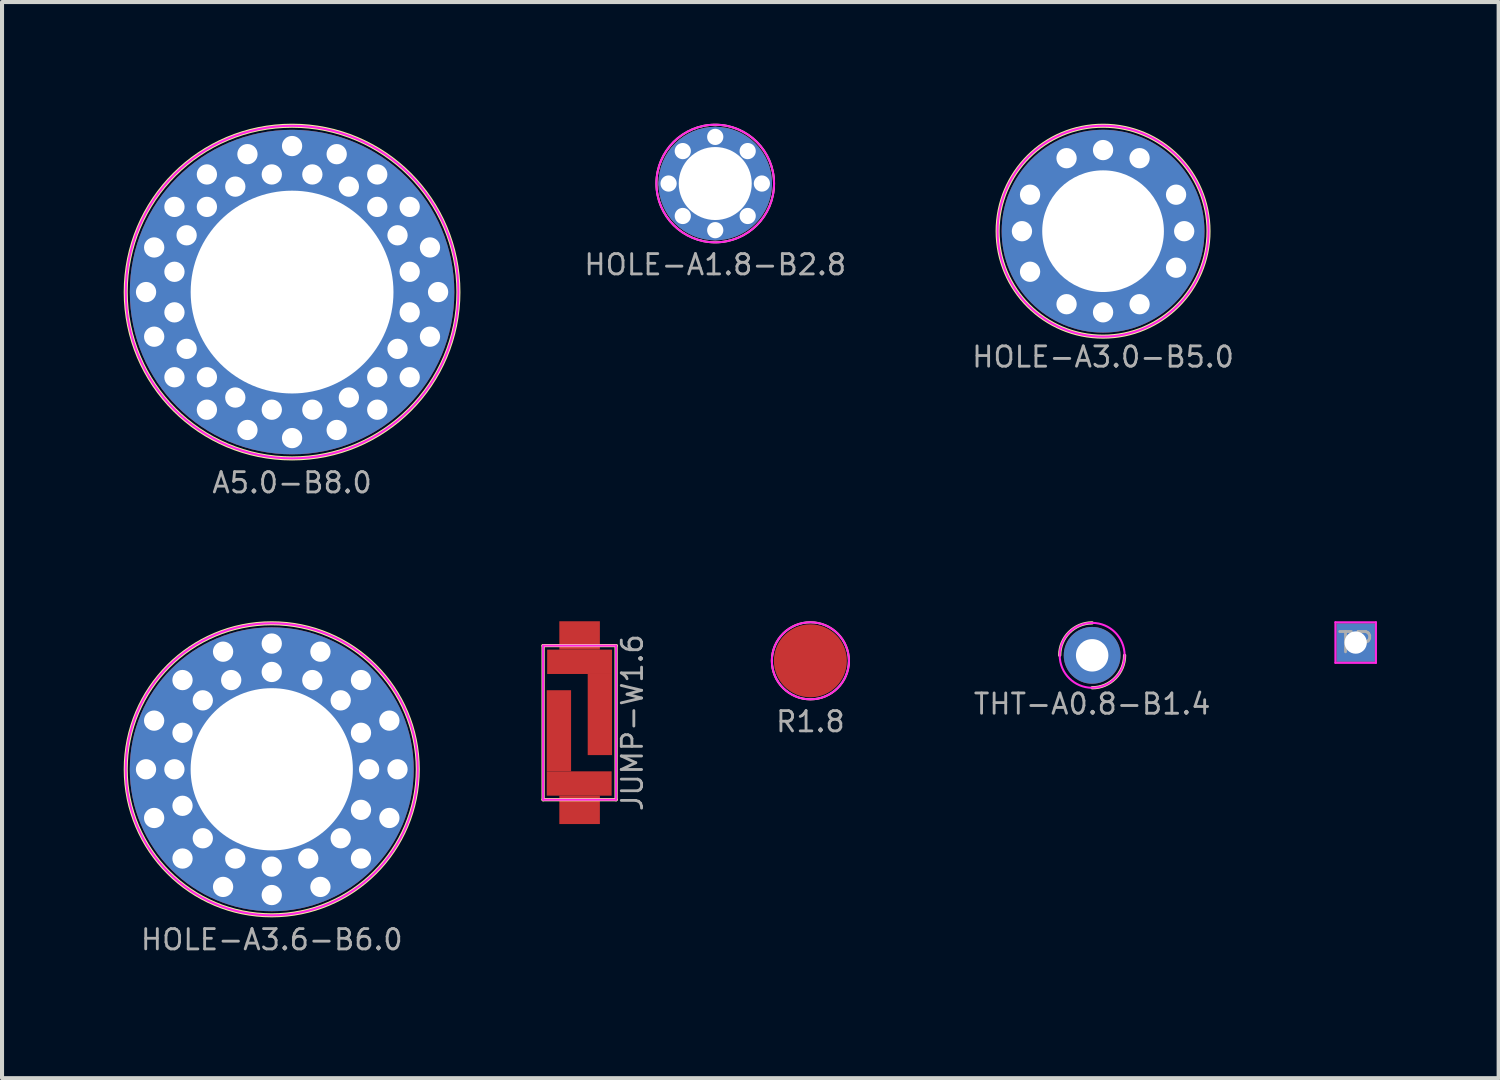
<source format=kicad_pcb>
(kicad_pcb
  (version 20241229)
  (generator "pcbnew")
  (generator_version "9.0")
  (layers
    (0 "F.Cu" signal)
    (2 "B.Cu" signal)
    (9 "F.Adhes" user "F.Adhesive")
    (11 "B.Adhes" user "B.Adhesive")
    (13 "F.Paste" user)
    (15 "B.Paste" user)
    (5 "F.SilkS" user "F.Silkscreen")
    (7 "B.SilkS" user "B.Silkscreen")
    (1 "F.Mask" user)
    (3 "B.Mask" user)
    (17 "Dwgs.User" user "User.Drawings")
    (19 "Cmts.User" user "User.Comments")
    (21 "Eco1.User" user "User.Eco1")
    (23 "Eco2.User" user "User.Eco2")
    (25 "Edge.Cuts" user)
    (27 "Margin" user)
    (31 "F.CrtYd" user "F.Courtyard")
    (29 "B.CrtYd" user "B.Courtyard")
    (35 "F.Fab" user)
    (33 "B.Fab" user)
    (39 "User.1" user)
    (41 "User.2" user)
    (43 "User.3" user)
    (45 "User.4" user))
  (footprint "TP"
    (layer "F.Cu")
    (at 30.374 12.792)
    (property "Reference" "TP" (at 0 0 180) (layer "F.Fab") (effects (font (size 0.5 0.5) (thickness 0.07))))
    (attr through_hole)
    (fp_line (start -0.5 0.5) (end -0.5 -0.5) (stroke (width 0.05) (type solid)) (layer "F.CrtYd"))
    (fp_line (start 0.5 -0.5) (end -0.5 -0.5) (stroke (width 0.05) (type solid)) (layer "F.CrtYd"))
    (fp_line (start 0.5 -0.5) (end 0.5 0.5) (stroke (width 0.05) (type solid)) (layer "F.CrtYd"))
    (fp_line (start 0.5 0.5) (end -0.5 0.5) (stroke (width 0.05) (type solid)) (layer "F.CrtYd"))
    (pad "1" thru_hole trapezoid (at 0 0 270) (size 0.95 0.95) (drill 0.55) (layers "*.Cu" "F.Mask")))
  (footprint "HOLE-A3.6-B6.0"
    (layer "F.Cu")
    (at 3.65 15.917)
    (property "Reference" "HOLE-A3.6-B6.0" (at 0 4.2 0) (layer "F.Fab") (effects (font (size 0.5 0.5) (thickness 0.07))))
    (attr through_hole)
    (fp_circle (center 0 0) (end 3.6 0) (stroke (width 0.1) (type solid)) (fill no) (layer "F.SilkS"))
    (fp_circle (center 0 0) (end 3.6 0) (stroke (width 0.05) (type solid)) (fill no) (layer "F.CrtYd"))
    (pad "1" thru_hole circle (at -3.1 0) (size 0.6 0.6) (drill 0.5) (layers "*.Cu" "*.Mask"))
    (pad "1" thru_hole circle (at -2.9 -1.2) (size 0.6 0.6) (drill 0.5) (layers "*.Cu" "*.Mask"))
    (pad "1" thru_hole circle (at -2.9 1.2) (size 0.6 0.6) (drill 0.5) (layers "*.Cu" "*.Mask"))
    (pad "1" thru_hole circle (at -2.4 0) (size 0.6 0.6) (drill 0.5) (layers "*.Cu" "*.Mask"))
    (pad "1" thru_hole circle (at -2.2 -2.2) (size 0.6 0.6) (drill 0.5) (layers "*.Cu" "*.Mask"))
    (pad "1" thru_hole circle (at -2.2 -0.9) (size 0.6 0.6) (drill 0.5) (layers "*.Cu" "*.Mask"))
    (pad "1" thru_hole circle (at -2.2 0.9) (size 0.6 0.6) (drill 0.5) (layers "*.Cu" "*.Mask"))
    (pad "1" thru_hole circle (at -2.2 2.2) (size 0.6 0.6) (drill 0.5) (layers "*.Cu" "*.Mask"))
    (pad "1" thru_hole circle (at -1.7 -1.7) (size 0.6 0.6) (drill 0.5) (layers "*.Cu" "*.Mask"))
    (pad "1" thru_hole circle (at -1.7 1.7) (size 0.6 0.6) (drill 0.5) (layers "*.Cu" "*.Mask"))
    (pad "1" thru_hole circle (at -1.2 -2.9) (size 0.6 0.6) (drill 0.5) (layers "*.Cu" "*.Mask"))
    (pad "1" thru_hole circle (at -1.2 2.9) (size 0.6 0.6) (drill 0.5) (layers "*.Cu" "*.Mask"))
    (pad "1" thru_hole circle (at -1 -2.2) (size 0.6 0.6) (drill 0.5) (layers "*.Cu" "*.Mask"))
    (pad "1" thru_hole circle (at -0.9 2.2) (size 0.6 0.6) (drill 0.5) (layers "*.Cu" "*.Mask"))
    (pad "1" thru_hole circle (at 0 -3.1) (size 0.6 0.6) (drill 0.5) (layers "*.Cu" "*.Mask"))
    (pad "1" thru_hole circle (at 0 -2.4) (size 0.6 0.6) (drill 0.5) (layers "*.Cu" "*.Mask"))
    (pad "1" thru_hole circle (at 0 0) (size 7 7) (drill 4) (layers "*.Cu" "*.Mask"))
    (pad "1" thru_hole circle (at 0 2.4) (size 0.6 0.6) (drill 0.5) (layers "*.Cu" "*.Mask"))
    (pad "1" thru_hole circle (at 0 3.1) (size 0.6 0.6) (drill 0.5) (layers "*.Cu" "*.Mask"))
    (pad "1" thru_hole circle (at 0.9 2.2) (size 0.6 0.6) (drill 0.5) (layers "*.Cu" "*.Mask"))
    (pad "1" thru_hole circle (at 1 -2.2) (size 0.6 0.6) (drill 0.5) (layers "*.Cu" "*.Mask"))
    (pad "1" thru_hole circle (at 1.2 -2.9) (size 0.6 0.6) (drill 0.5) (layers "*.Cu" "*.Mask"))
    (pad "1" thru_hole circle (at 1.2 2.9) (size 0.6 0.6) (drill 0.5) (layers "*.Cu" "*.Mask"))
    (pad "1" thru_hole circle (at 1.7 -1.7) (size 0.6 0.6) (drill 0.5) (layers "*.Cu" "*.Mask"))
    (pad "1" thru_hole circle (at 1.7 1.7) (size 0.6 0.6) (drill 0.5) (layers "*.Cu" "*.Mask"))
    (pad "1" thru_hole circle (at 2.2 -2.2) (size 0.6 0.6) (drill 0.5) (layers "*.Cu" "*.Mask"))
    (pad "1" thru_hole circle (at 2.2 -0.9) (size 0.6 0.6) (drill 0.5) (layers "*.Cu" "*.Mask"))
    (pad "1" thru_hole circle (at 2.2 1) (size 0.6 0.6) (drill 0.5) (layers "*.Cu" "*.Mask"))
    (pad "1" thru_hole circle (at 2.2 2.2) (size 0.6 0.6) (drill 0.5) (layers "*.Cu" "*.Mask"))
    (pad "1" thru_hole circle (at 2.4 0) (size 0.6 0.6) (drill 0.5) (layers "*.Cu" "*.Mask"))
    (pad "1" thru_hole circle (at 2.9 -1.2) (size 0.6 0.6) (drill 0.5) (layers "*.Cu" "*.Mask"))
    (pad "1" thru_hole circle (at 2.9 1.2) (size 0.6 0.6) (drill 0.5) (layers "*.Cu" "*.Mask"))
    (pad "1" thru_hole circle (at 3.1 0) (size 0.6 0.6) (drill 0.5) (layers "*.Cu" "*.Mask")))
  (footprint "JUMP-W1.6"
    (layer "F.Cu")
    (at 11.24 14.767)
    (property "Reference" "JUMP-W1.6" (at 1.3 0 90) (layer "F.Fab") (effects (font (size 0.5 0.5) (thickness 0.07))))
    (attr through_hole)
    (fp_line (start -0.9 -1.9) (end 0.9 -1.9) (stroke (width 0.08) (type solid)) (layer "F.SilkS"))
    (fp_line (start -0.9 1.9) (end -0.9 -1.9) (stroke (width 0.08) (type solid)) (layer "F.SilkS"))
    (fp_line (start 0.9 -1.9) (end 0.9 1.9) (stroke (width 0.08) (type solid)) (layer "F.SilkS"))
    (fp_line (start 0.9 1.9) (end -0.9 1.9) (stroke (width 0.08) (type solid)) (layer "F.SilkS"))
    (fp_line (start -0.9 -1.9) (end 0.9 -1.9) (stroke (width 0.05) (type solid)) (layer "F.CrtYd"))
    (fp_line (start -0.9 1.9) (end -0.9 -1.9) (stroke (width 0.05) (type solid)) (layer "F.CrtYd"))
    (fp_line (start 0.9 -1.9) (end 0.9 1.9) (stroke (width 0.05) (type solid)) (layer "F.CrtYd"))
    (fp_line (start 0.9 1.9) (end -0.9 1.9) (stroke (width 0.05) (type solid)) (layer "F.CrtYd"))
    (pad "1" smd rect (at -0.51 0.2) (size 0.6 2) (layers "F.Cu" "F.Mask" "F.Paste"))
    (pad "1" smd rect (at -0.01 1.5) (size 1.6 0.6) (layers "F.Cu" "F.Mask" "F.Paste"))
    (pad "1" smd rect (at 0 2.15) (size 1 0.7) (layers "F.Cu"))
    (pad "2" smd rect (at 0 -2.15) (size 1 0.7) (layers "F.Cu"))
    (pad "2" smd rect (at 0 -1.5) (size 1.6 0.6) (layers "F.Cu" "F.Mask" "F.Paste"))
    (pad "2" smd rect (at 0.5 -0.2) (size 0.6 2) (layers "F.Cu" "F.Mask" "F.Paste")))
  (footprint "A5.0-B8.0"
    (layer "F.Cu")
    (at 4.151 4.151)
    (property "Reference" "A5.0-B8.0" (at 0 4.7 0) (layer "F.Fab") (effects (font (size 0.5 0.5) (thickness 0.07))))
    (attr through_hole)
    (fp_circle (center 0 0) (end 4.1 -0.1) (stroke (width 0.1) (type solid)) (fill no) (layer "F.SilkS"))
    (fp_circle (center 0 0) (end 4.1 0) (stroke (width 0.05) (type solid)) (fill no) (layer "F.CrtYd"))
    (pad "1" thru_hole circle (at -3.6 0) (size 0.6 0.6) (drill 0.5) (layers "*.Cu" "*.Mask"))
    (pad "1" thru_hole circle (at -3.4 -1.1) (size 0.6 0.6) (drill 0.5) (layers "*.Cu" "*.Mask"))
    (pad "1" thru_hole circle (at -3.4 1.1) (size 0.6 0.6) (drill 0.5) (layers "*.Cu" "*.Mask"))
    (pad "1" thru_hole circle (at -2.9 -2.1) (size 0.6 0.6) (drill 0.5) (layers "*.Cu" "*.Mask"))
    (pad "1" thru_hole circle (at -2.9 -0.5) (size 0.6 0.6) (drill 0.5) (layers "*.Cu" "*.Mask"))
    (pad "1" thru_hole circle (at -2.9 0.5) (size 0.6 0.6) (drill 0.5) (layers "*.Cu" "*.Mask"))
    (pad "1" thru_hole circle (at -2.9 2.1) (size 0.6 0.6) (drill 0.5) (layers "*.Cu" "*.Mask"))
    (pad "1" thru_hole circle (at -2.6 -1.4) (size 0.6 0.6) (drill 0.5) (layers "*.Cu" "*.Mask"))
    (pad "1" thru_hole circle (at -2.6 1.4) (size 0.6 0.6) (drill 0.5) (layers "*.Cu" "*.Mask"))
    (pad "1" thru_hole circle (at -2.1 -2.9 270) (size 0.6 0.6) (drill 0.5) (layers "*.Cu" "*.Mask"))
    (pad "1" thru_hole circle (at -2.1 -2.1) (size 0.6 0.6) (drill 0.5) (layers "*.Cu" "*.Mask"))
    (pad "1" thru_hole circle (at -2.1 2.1 90) (size 0.6 0.6) (drill 0.5) (layers "*.Cu" "*.Mask"))
    (pad "1" thru_hole circle (at -2.1 2.9 90) (size 0.6 0.6) (drill 0.5) (layers "*.Cu" "*.Mask"))
    (pad "1" thru_hole circle (at -1.4 -2.6 270) (size 0.6 0.6) (drill 0.5) (layers "*.Cu" "*.Mask"))
    (pad "1" thru_hole circle (at -1.4 2.6 90) (size 0.6 0.6) (drill 0.5) (layers "*.Cu" "*.Mask"))
    (pad "1" thru_hole circle (at -1.1 -3.4 270) (size 0.6 0.6) (drill 0.5) (layers "*.Cu" "*.Mask"))
    (pad "1" thru_hole circle (at -1.1 3.4 90) (size 0.6 0.6) (drill 0.5) (layers "*.Cu" "*.Mask"))
    (pad "1" thru_hole circle (at -0.5 -2.9 270) (size 0.6 0.6) (drill 0.5) (layers "*.Cu" "*.Mask"))
    (pad "1" thru_hole circle (at -0.5 2.9 90) (size 0.6 0.6) (drill 0.5) (layers "*.Cu" "*.Mask"))
    (pad "1" thru_hole circle (at 0 -3.6 270) (size 0.6 0.6) (drill 0.5) (layers "*.Cu" "*.Mask"))
    (pad "1" thru_hole circle (at 0 0) (size 8 8) (drill 5) (layers "*.Cu" "*.Mask"))
    (pad "1" thru_hole circle (at 0 3.6 90) (size 0.6 0.6) (drill 0.5) (layers "*.Cu" "*.Mask"))
    (pad "1" thru_hole circle (at 0.5 -2.9 270) (size 0.6 0.6) (drill 0.5) (layers "*.Cu" "*.Mask"))
    (pad "1" thru_hole circle (at 0.5 2.9 90) (size 0.6 0.6) (drill 0.5) (layers "*.Cu" "*.Mask"))
    (pad "1" thru_hole circle (at 1.1 -3.4 270) (size 0.6 0.6) (drill 0.5) (layers "*.Cu" "*.Mask"))
    (pad "1" thru_hole circle (at 1.1 3.4 90) (size 0.6 0.6) (drill 0.5) (layers "*.Cu" "*.Mask"))
    (pad "1" thru_hole circle (at 1.4 -2.6 270) (size 0.6 0.6) (drill 0.5) (layers "*.Cu" "*.Mask"))
    (pad "1" thru_hole circle (at 1.4 2.6 90) (size 0.6 0.6) (drill 0.5) (layers "*.Cu" "*.Mask"))
    (pad "1" thru_hole circle (at 2.1 -2.9 270) (size 0.6 0.6) (drill 0.5) (layers "*.Cu" "*.Mask"))
    (pad "1" thru_hole circle (at 2.1 -2.1 270) (size 0.6 0.6) (drill 0.5) (layers "*.Cu" "*.Mask"))
    (pad "1" thru_hole circle (at 2.1 2.1 180) (size 0.6 0.6) (drill 0.5) (layers "*.Cu" "*.Mask"))
    (pad "1" thru_hole circle (at 2.1 2.9 90) (size 0.6 0.6) (drill 0.5) (layers "*.Cu" "*.Mask"))
    (pad "1" thru_hole circle (at 2.6 -1.4 180) (size 0.6 0.6) (drill 0.5) (layers "*.Cu" "*.Mask"))
    (pad "1" thru_hole circle (at 2.6 1.4 180) (size 0.6 0.6) (drill 0.5) (layers "*.Cu" "*.Mask"))
    (pad "1" thru_hole circle (at 2.9 -2.1 180) (size 0.6 0.6) (drill 0.5) (layers "*.Cu" "*.Mask"))
    (pad "1" thru_hole circle (at 2.9 -0.5 180) (size 0.6 0.6) (drill 0.5) (layers "*.Cu" "*.Mask"))
    (pad "1" thru_hole circle (at 2.9 0.5 180) (size 0.6 0.6) (drill 0.5) (layers "*.Cu" "*.Mask"))
    (pad "1" thru_hole circle (at 2.9 2.1 180) (size 0.6 0.6) (drill 0.5) (layers "*.Cu" "*.Mask"))
    (pad "1" thru_hole circle (at 3.4 -1.1 180) (size 0.6 0.6) (drill 0.5) (layers "*.Cu" "*.Mask"))
    (pad "1" thru_hole circle (at 3.4 1.1 180) (size 0.6 0.6) (drill 0.5) (layers "*.Cu" "*.Mask"))
    (pad "1" thru_hole circle (at 3.6 0 180) (size 0.6 0.6) (drill 0.5) (layers "*.Cu" "*.Mask")))
  (footprint "R1.8"
    (layer "F.Cu")
    (at 16.93 13.242)
    (property "Reference" "R1.8" (at 0 1.5 0) (layer "F.Fab") (effects (font (size 0.5 0.5) (thickness 0.07))))
    (attr through_hole)
    (fp_circle (center 0 0) (end 0.95 0) (stroke (width 0.05) (type solid)) (fill no) (layer "F.SilkS"))
    (fp_circle (center 0 0) (end 0.95 0) (stroke (width 0.05) (type solid)) (fill no) (layer "F.CrtYd"))
    (pad "1" smd circle (at 0 0) (size 1.8 1.8) (layers "F.Cu" "F.Mask" "F.Paste")))
  (footprint "THT-A0.8-B1.4"
    (layer "F.Cu")
    (at 23.877 13.107)
    (property "Reference" "THT-A0.8-B1.4" (at 0 1.2 0) (layer "F.Fab") (effects (font (size 0.5 0.5) (thickness 0.07))))
    (attr through_hole)
    (fp_arc (start -0.8 0) (mid -0.565685 -0.565685) (end 0 -0.8) (stroke (width 0.08) (type solid)) (layer "F.SilkS"))
    (fp_arc (start 0.8 0) (mid 0.565685 0.565685) (end 0 0.8) (stroke (width 0.08) (type solid)) (layer "F.SilkS"))
    (fp_circle (center 0 0) (end 0.8 0) (stroke (width 0.05) (type solid)) (fill no) (layer "F.CrtYd"))
    (pad "1" thru_hole circle (at 0 0) (size 1.4 1.4) (drill 0.8) (layers "*.Cu" "*.Mask")))
  (footprint "HOLE-A3.0-B5.0"
    (layer "F.Cu")
    (at 24.146 2.65)
    (property "Reference" "HOLE-A3.0-B5.0" (at 0 3.1 0) (layer "F.Fab") (effects (font (size 0.5 0.5) (thickness 0.07))))
    (attr through_hole)
    (fp_circle (center 0 0) (end 2.6 0) (stroke (width 0.1) (type solid)) (fill no) (layer "F.SilkS"))
    (fp_circle (center 0 0) (end 2.6 0) (stroke (width 0.05) (type solid)) (fill no) (layer "F.CrtYd"))
    (pad "1" thru_hole circle (at -2 0) (size 0.6 0.6) (drill 0.5) (layers "*.Cu" "*.Mask"))
    (pad "1" thru_hole circle (at -1.8 -0.9) (size 0.6 0.6) (drill 0.5) (layers "*.Cu" "*.Mask"))
    (pad "1" thru_hole circle (at -1.8 1) (size 0.6 0.6) (drill 0.5) (layers "*.Cu" "*.Mask"))
    (pad "1" thru_hole circle (at -0.9 -1.8) (size 0.6 0.6) (drill 0.5) (layers "*.Cu" "*.Mask"))
    (pad "1" thru_hole circle (at -0.9 1.8) (size 0.6 0.6) (drill 0.5) (layers "*.Cu" "*.Mask"))
    (pad "1" thru_hole circle (at 0 -2) (size 0.6 0.6) (drill 0.5) (layers "*.Cu" "*.Mask"))
    (pad "1" thru_hole circle (at 0 0) (size 5 5) (drill 3) (layers "*.Cu" "*.Mask"))
    (pad "1" thru_hole circle (at 0 2) (size 0.6 0.6) (drill 0.5) (layers "*.Cu" "*.Mask"))
    (pad "1" thru_hole circle (at 0.9 -1.8) (size 0.6 0.6) (drill 0.5) (layers "*.Cu" "*.Mask"))
    (pad "1" thru_hole circle (at 0.9 1.8) (size 0.6 0.6) (drill 0.5) (layers "*.Cu" "*.Mask"))
    (pad "1" thru_hole circle (at 1.8 -0.9) (size 0.6 0.6) (drill 0.5) (layers "*.Cu" "*.Mask"))
    (pad "1" thru_hole circle (at 1.8 0.9) (size 0.6 0.6) (drill 0.5) (layers "*.Cu" "*.Mask"))
    (pad "1" thru_hole circle (at 2 0) (size 0.6 0.6) (drill 0.5) (layers "*.Cu" "*.Mask")))
  (footprint "HOLE-A1.8-B2.8"
    (layer "F.Cu")
    (at 14.584 1.475)
    (property "Reference" "HOLE-A1.8-B2.8" (at 0 2 0) (layer "F.Fab") (effects (font (size 0.5 0.5) (thickness 0.07))))
    (attr through_hole)
    (fp_circle (center 0 0) (end 1.45 0) (stroke (width 0.05) (type solid)) (fill no) (layer "F.SilkS"))
    (fp_circle (center 0 0) (end 1.45 0) (stroke (width 0.05) (type solid)) (fill no) (layer "F.CrtYd"))
    (pad "1" thru_hole circle (at -1.15 0) (size 0.5 0.5) (drill 0.4) (layers "*.Cu" "*.Mask"))
    (pad "1" thru_hole circle (at -0.8 -0.8) (size 0.5 0.5) (drill 0.4) (layers "*.Cu" "*.Mask"))
    (pad "1" thru_hole circle (at -0.8 0.8) (size 0.5 0.5) (drill 0.4) (layers "*.Cu" "*.Mask"))
    (pad "1" thru_hole circle (at 0 -1.15) (size 0.5 0.5) (drill 0.4) (layers "*.Cu" "*.Mask"))
    (pad "1" thru_hole circle (at 0 0) (size 2.8 2.8) (drill 1.8) (layers "*.Cu" "*.Mask"))
    (pad "1" thru_hole circle (at 0 1.15) (size 0.5 0.5) (drill 0.4) (layers "*.Cu" "*.Mask"))
    (pad "1" thru_hole circle (at 0.8 -0.8) (size 0.5 0.5) (drill 0.4) (layers "*.Cu" "*.Mask"))
    (pad "1" thru_hole circle (at 0.8 0.8) (size 0.5 0.5) (drill 0.4) (layers "*.Cu" "*.Mask"))
    (pad "1" thru_hole circle (at 1.15 0) (size 0.5 0.5) (drill 0.4) (layers "*.Cu" "*.Mask")))
  (gr_rect
    (start -3 -3)
    (end 33.899 23.532)
    (stroke (width 0.1) (type default))
    (fill no)
    (layer "Edge.Cuts")))
</source>
